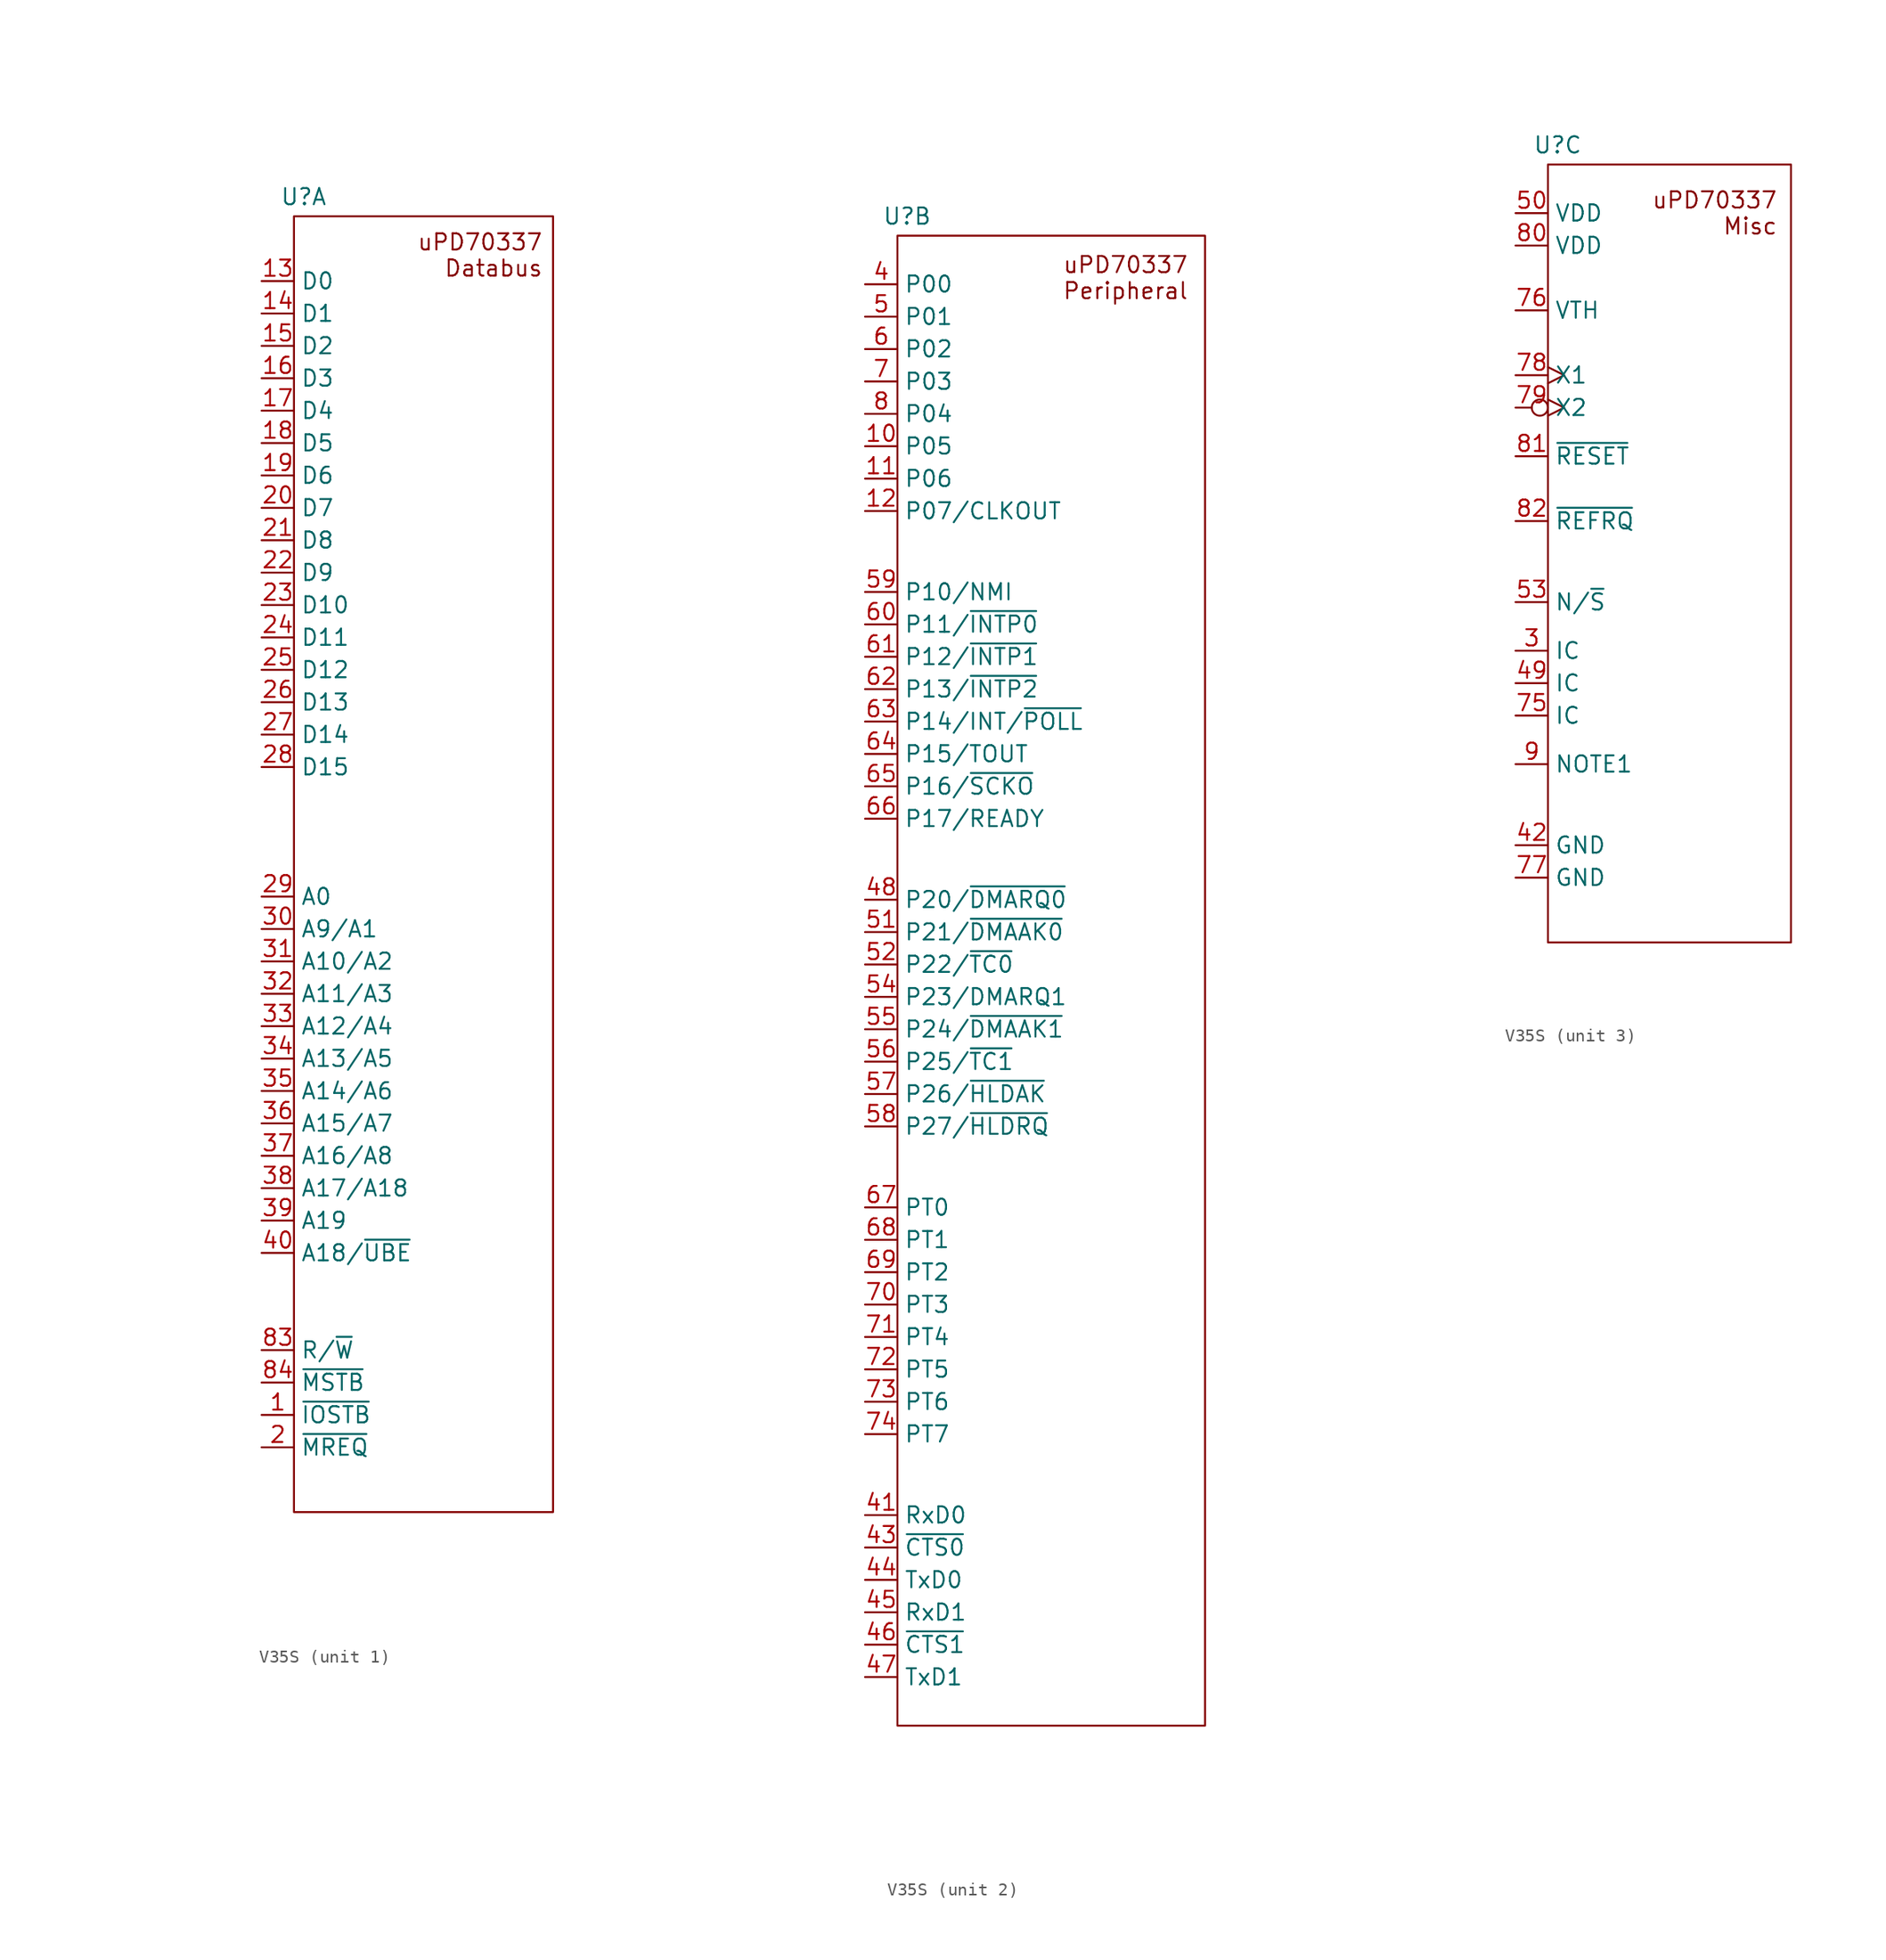
<source format=kicad_sym>
(kicad_symbol_lib
  (version 20231120)
  (generator "kicad_symbol_editor")
  (generator_version "8.0")
  (symbol "V35S"
    (property "Reference" "U"
      (at -11.938 58.674 0)
      (effects (font (size 1.27 1.27))))
    (property "Value" ""
      (at -27.94 26.67 0)
      (effects (font (size 1.27 1.27))))
    (property "ki_locked" ""
      (at 0 0 0)
      (effects (font (size 1.27 1.27))))
    (symbol "V35S_1_0"
      (pin output line (at -15.24 -36.83 0) (length 2.54) (name "~{IOSTB}" (effects (font (size 1.27 1.27)))) (number "1" (effects (font (size 1.27 1.27)))))
      (pin bidirectional line (at -15.24 52.07 0) (length 2.54) (name "D0" (effects (font (size 1.27 1.27)))) (number "13" (effects (font (size 1.27 1.27)))))
      (pin bidirectional line (at -15.24 49.53 0) (length 2.54) (name "D1" (effects (font (size 1.27 1.27)))) (number "14" (effects (font (size 1.27 1.27)))))
      (pin bidirectional line (at -15.24 46.99 0) (length 2.54) (name "D2" (effects (font (size 1.27 1.27)))) (number "15" (effects (font (size 1.27 1.27)))))
      (pin bidirectional line (at -15.24 44.45 0) (length 2.54) (name "D3" (effects (font (size 1.27 1.27)))) (number "16" (effects (font (size 1.27 1.27)))))
      (pin bidirectional line (at -15.24 41.91 0) (length 2.54) (name "D4" (effects (font (size 1.27 1.27)))) (number "17" (effects (font (size 1.27 1.27)))))
      (pin bidirectional line (at -15.24 39.37 0) (length 2.54) (name "D5" (effects (font (size 1.27 1.27)))) (number "18" (effects (font (size 1.27 1.27)))))
      (pin bidirectional line (at -15.24 36.83 0) (length 2.54) (name "D6" (effects (font (size 1.27 1.27)))) (number "19" (effects (font (size 1.27 1.27)))))
      (pin output line (at -15.24 -39.37 0) (length 2.54) (name "~{MREQ}" (effects (font (size 1.27 1.27)))) (number "2" (effects (font (size 1.27 1.27)))))
      (pin bidirectional line (at -15.24 34.29 0) (length 2.54) (name "D7" (effects (font (size 1.27 1.27)))) (number "20" (effects (font (size 1.27 1.27)))))
      (pin bidirectional line (at -15.24 31.75 0) (length 2.54) (name "D8" (effects (font (size 1.27 1.27)))) (number "21" (effects (font (size 1.27 1.27)))))
      (pin bidirectional line (at -15.24 29.21 0) (length 2.54) (name "D9" (effects (font (size 1.27 1.27)))) (number "22" (effects (font (size 1.27 1.27)))))
      (pin bidirectional line (at -15.24 26.67 0) (length 2.54) (name "D10" (effects (font (size 1.27 1.27)))) (number "23" (effects (font (size 1.27 1.27)))))
      (pin bidirectional line (at -15.24 24.13 0) (length 2.54) (name "D11" (effects (font (size 1.27 1.27)))) (number "24" (effects (font (size 1.27 1.27)))))
      (pin bidirectional line (at -15.24 21.59 0) (length 2.54) (name "D12" (effects (font (size 1.27 1.27)))) (number "25" (effects (font (size 1.27 1.27)))))
      (pin bidirectional line (at -15.24 19.05 0) (length 2.54) (name "D13" (effects (font (size 1.27 1.27)))) (number "26" (effects (font (size 1.27 1.27)))))
      (pin bidirectional line (at -15.24 16.51 0) (length 2.54) (name "D14" (effects (font (size 1.27 1.27)))) (number "27" (effects (font (size 1.27 1.27)))))
      (pin bidirectional line (at -15.24 13.97 0) (length 2.54) (name "D15" (effects (font (size 1.27 1.27)))) (number "28" (effects (font (size 1.27 1.27)))))
      (pin output line (at -15.24 3.81 0) (length 2.54) (name "A0" (effects (font (size 1.27 1.27)))) (number "29" (effects (font (size 1.27 1.27)))))
      (pin output line (at -15.24 1.27 0) (length 2.54) (name "A9/A1" (effects (font (size 1.27 1.27)))) (number "30" (effects (font (size 1.27 1.27)))))
      (pin output line (at -15.24 -1.27 0) (length 2.54) (name "A10/A2" (effects (font (size 1.27 1.27)))) (number "31" (effects (font (size 1.27 1.27)))))
      (pin output line (at -15.24 -3.81 0) (length 2.54) (name "A11/A3" (effects (font (size 1.27 1.27)))) (number "32" (effects (font (size 1.27 1.27)))))
      (pin output line (at -15.24 -6.35 0) (length 2.54) (name "A12/A4" (effects (font (size 1.27 1.27)))) (number "33" (effects (font (size 1.27 1.27)))))
      (pin output line (at -15.24 -8.89 0) (length 2.54) (name "A13/A5" (effects (font (size 1.27 1.27)))) (number "34" (effects (font (size 1.27 1.27)))))
      (pin output line (at -15.24 -11.43 0) (length 2.54) (name "A14/A6" (effects (font (size 1.27 1.27)))) (number "35" (effects (font (size 1.27 1.27)))))
      (pin output line (at -15.24 -13.97 0) (length 2.54) (name "A15/A7" (effects (font (size 1.27 1.27)))) (number "36" (effects (font (size 1.27 1.27)))))
      (pin output line (at -15.24 -16.51 0) (length 2.54) (name "A16/A8" (effects (font (size 1.27 1.27)))) (number "37" (effects (font (size 1.27 1.27)))))
      (pin output line (at -15.24 -19.05 0) (length 2.54) (name "A17/A18" (effects (font (size 1.27 1.27)))) (number "38" (effects (font (size 1.27 1.27)))))
      (pin output line (at -15.24 -21.59 0) (length 2.54) (name "A19" (effects (font (size 1.27 1.27)))) (number "39" (effects (font (size 1.27 1.27)))))
      (pin output line (at -15.24 -24.13 0) (length 2.54) (name "A18/~{UBE}" (effects (font (size 1.27 1.27)))) (number "40" (effects (font (size 1.27 1.27)))))
      (pin output line (at -15.24 -31.75 0) (length 2.54) (name "R/~{W}" (effects (font (size 1.27 1.27)))) (number "83" (effects (font (size 1.27 1.27)))))
      (pin output line (at -15.24 -34.29 0) (length 2.54) (name "~{MSTB}" (effects (font (size 1.27 1.27)))) (number "84" (effects (font (size 1.27 1.27))))))
    (symbol "V35S_1_1"
      (rectangle (start -12.7 57.15) (end 7.62 -44.45) (stroke (width 0) (type default)) (fill (type none)))
      (text "uPD70337\nDatabus" (at 6.858 54.102 0) (effects (font (size 1.27 1.27)) (justify right))))
    (symbol "V35S_2_0"
      (pin bidirectional line (at -15.24 40.64 0) (length 2.54) (name "P05" (effects (font (size 1.27 1.27)))) (number "10" (effects (font (size 1.27 1.27)))))
      (pin bidirectional line (at -15.24 38.1 0) (length 2.54) (name "P06" (effects (font (size 1.27 1.27)))) (number "11" (effects (font (size 1.27 1.27)))))
      (pin bidirectional line (at -15.24 35.56 0) (length 2.54) (name "P07/CLKOUT" (effects (font (size 1.27 1.27)))) (number "12" (effects (font (size 1.27 1.27)))))
      (pin bidirectional line (at -15.24 53.34 0) (length 2.54) (name "P00" (effects (font (size 1.27 1.27)))) (number "4" (effects (font (size 1.27 1.27)))))
      (pin input line (at -15.24 -43.18 0) (length 2.54) (name "RxD0" (effects (font (size 1.27 1.27)))) (number "41" (effects (font (size 1.27 1.27)))))
      (pin input line (at -15.24 -45.72 0) (length 2.54) (name "~{CTS0}" (effects (font (size 1.27 1.27)))) (number "43" (effects (font (size 1.27 1.27)))))
      (pin output line (at -15.24 -48.26 0) (length 2.54) (name "TxD0" (effects (font (size 1.27 1.27)))) (number "44" (effects (font (size 1.27 1.27)))))
      (pin input line (at -15.24 -50.8 0) (length 2.54) (name "RxD1" (effects (font (size 1.27 1.27)))) (number "45" (effects (font (size 1.27 1.27)))))
      (pin input line (at -15.24 -53.34 0) (length 2.54) (name "~{CTS1}" (effects (font (size 1.27 1.27)))) (number "46" (effects (font (size 1.27 1.27)))))
      (pin output line (at -15.24 -55.88 0) (length 2.54) (name "TxD1" (effects (font (size 1.27 1.27)))) (number "47" (effects (font (size 1.27 1.27)))))
      (pin bidirectional line (at -15.24 5.08 0) (length 2.54) (name "P20/~{DMARQ0}" (effects (font (size 1.27 1.27)))) (number "48" (effects (font (size 1.27 1.27)))))
      (pin bidirectional line (at -15.24 50.8 0) (length 2.54) (name "P01" (effects (font (size 1.27 1.27)))) (number "5" (effects (font (size 1.27 1.27)))))
      (pin bidirectional line (at -15.24 2.54 0) (length 2.54) (name "P21/~{DMAAK0}" (effects (font (size 1.27 1.27)))) (number "51" (effects (font (size 1.27 1.27)))))
      (pin bidirectional line (at -15.24 0 0) (length 2.54) (name "P22/~{TC0}" (effects (font (size 1.27 1.27)))) (number "52" (effects (font (size 1.27 1.27)))))
      (pin bidirectional line (at -15.24 -2.54 0) (length 2.54) (name "P23/DMARQ1" (effects (font (size 1.27 1.27)))) (number "54" (effects (font (size 1.27 1.27)))))
      (pin bidirectional line (at -15.24 -5.08 0) (length 2.54) (name "P24/~{DMAAK1}" (effects (font (size 1.27 1.27)))) (number "55" (effects (font (size 1.27 1.27)))))
      (pin bidirectional line (at -15.24 -7.62 0) (length 2.54) (name "P25/~{TC1}" (effects (font (size 1.27 1.27)))) (number "56" (effects (font (size 1.27 1.27)))))
      (pin bidirectional line (at -15.24 -10.16 0) (length 2.54) (name "P26/~{HLDAK}" (effects (font (size 1.27 1.27)))) (number "57" (effects (font (size 1.27 1.27)))))
      (pin bidirectional line (at -15.24 -12.7 0) (length 2.54) (name "P27/~{HLDRQ}" (effects (font (size 1.27 1.27)))) (number "58" (effects (font (size 1.27 1.27)))))
      (pin bidirectional line (at -15.24 29.21 0) (length 2.54) (name "P10/NMI" (effects (font (size 1.27 1.27)))) (number "59" (effects (font (size 1.27 1.27)))))
      (pin bidirectional line (at -15.24 48.26 0) (length 2.54) (name "P02" (effects (font (size 1.27 1.27)))) (number "6" (effects (font (size 1.27 1.27)))))
      (pin bidirectional line (at -15.24 26.67 0) (length 2.54) (name "P11/~{INTP0}" (effects (font (size 1.27 1.27)))) (number "60" (effects (font (size 1.27 1.27)))))
      (pin bidirectional line (at -15.24 24.13 0) (length 2.54) (name "P12/~{INTP1}" (effects (font (size 1.27 1.27)))) (number "61" (effects (font (size 1.27 1.27)))))
      (pin bidirectional line (at -15.24 21.59 0) (length 2.54) (name "P13/~{INTP2}" (effects (font (size 1.27 1.27)))) (number "62" (effects (font (size 1.27 1.27)))))
      (pin bidirectional line (at -15.24 19.05 0) (length 2.54) (name "P14/INT/~{POLL}" (effects (font (size 1.27 1.27)))) (number "63" (effects (font (size 1.27 1.27)))))
      (pin bidirectional line (at -15.24 16.51 0) (length 2.54) (name "P15/TOUT" (effects (font (size 1.27 1.27)))) (number "64" (effects (font (size 1.27 1.27)))))
      (pin bidirectional line (at -15.24 13.97 0) (length 2.54) (name "P16/~{SCKO}" (effects (font (size 1.27 1.27)))) (number "65" (effects (font (size 1.27 1.27)))))
      (pin bidirectional line (at -15.24 11.43 0) (length 2.54) (name "P17/READY" (effects (font (size 1.27 1.27)))) (number "66" (effects (font (size 1.27 1.27)))))
      (pin input line (at -15.24 -19.05 0) (length 2.54) (name "PT0" (effects (font (size 1.27 1.27)))) (number "67" (effects (font (size 1.27 1.27)))))
      (pin input line (at -15.24 -21.59 0) (length 2.54) (name "PT1" (effects (font (size 1.27 1.27)))) (number "68" (effects (font (size 1.27 1.27)))))
      (pin input line (at -15.24 -24.13 0) (length 2.54) (name "PT2" (effects (font (size 1.27 1.27)))) (number "69" (effects (font (size 1.27 1.27)))))
      (pin bidirectional line (at -15.24 45.72 0) (length 2.54) (name "P03" (effects (font (size 1.27 1.27)))) (number "7" (effects (font (size 1.27 1.27)))))
      (pin input line (at -15.24 -26.67 0) (length 2.54) (name "PT3" (effects (font (size 1.27 1.27)))) (number "70" (effects (font (size 1.27 1.27)))))
      (pin input line (at -15.24 -29.21 0) (length 2.54) (name "PT4" (effects (font (size 1.27 1.27)))) (number "71" (effects (font (size 1.27 1.27)))))
      (pin input line (at -15.24 -31.75 0) (length 2.54) (name "PT5" (effects (font (size 1.27 1.27)))) (number "72" (effects (font (size 1.27 1.27)))))
      (pin input line (at -15.24 -34.29 0) (length 2.54) (name "PT6" (effects (font (size 1.27 1.27)))) (number "73" (effects (font (size 1.27 1.27)))))
      (pin input line (at -15.24 -36.83 0) (length 2.54) (name "PT7" (effects (font (size 1.27 1.27)))) (number "74" (effects (font (size 1.27 1.27)))))
      (pin bidirectional line (at -15.24 43.18 0) (length 2.54) (name "P04" (effects (font (size 1.27 1.27)))) (number "8" (effects (font (size 1.27 1.27))))))
    (symbol "V35S_2_1"
      (rectangle (start -12.7 57.15) (end 11.43 -59.69) (stroke (width 0) (type default)) (fill (type none)))
      (text "uPD70337\nPeripheral" (at 10.16 53.848 0) (effects (font (size 1.27 1.27)) (justify right))))
    (symbol "V35S_3_0"
      (pin passive line (at -15.24 19.05 0) (length 2.54) (name "IC" (effects (font (size 1.27 1.27)))) (number "3" (effects (font (size 1.27 1.27)))))
      (pin power_in line (at -15.24 3.81 0) (length 2.54) (name "GND" (effects (font (size 1.27 1.27)))) (number "42" (effects (font (size 1.27 1.27)))))
      (pin passive line (at -15.24 16.51 0) (length 2.54) (name "IC" (effects (font (size 1.27 1.27)))) (number "49" (effects (font (size 1.27 1.27)))))
      (pin power_in line (at -15.24 53.34 0) (length 2.54) (name "VDD" (effects (font (size 1.27 1.27)))) (number "50" (effects (font (size 1.27 1.27)))))
      (pin input line (at -15.24 22.86 0) (length 2.54) (name "N/~{S}" (effects (font (size 1.27 1.27)))) (number "53" (effects (font (size 1.27 1.27)))))
      (pin passive line (at -15.24 13.97 0) (length 2.54) (name "IC" (effects (font (size 1.27 1.27)))) (number "75" (effects (font (size 1.27 1.27)))))
      (pin input line (at -15.24 45.72 0) (length 2.54) (name "VTH" (effects (font (size 1.27 1.27)))) (number "76" (effects (font (size 1.27 1.27)))))
      (pin power_in line (at -15.24 1.27 0) (length 2.54) (name "GND" (effects (font (size 1.27 1.27)))) (number "77" (effects (font (size 1.27 1.27)))))
      (pin input clock (at -15.24 40.64 0) (length 2.54) (name "X1" (effects (font (size 1.27 1.27)))) (number "78" (effects (font (size 1.27 1.27)))))
      (pin input inverted_clock (at -15.24 38.1 0) (length 2.54) (name "X2" (effects (font (size 1.27 1.27)))) (number "79" (effects (font (size 1.27 1.27)))))
      (pin power_in line (at -15.24 50.8 0) (length 2.54) (name "VDD" (effects (font (size 1.27 1.27)))) (number "80" (effects (font (size 1.27 1.27)))))
      (pin input line (at -15.24 34.29 0) (length 2.54) (name "~{RESET}" (effects (font (size 1.27 1.27)))) (number "81" (effects (font (size 1.27 1.27)))))
      (pin output line (at -15.24 29.21 0) (length 2.54) (name "~{REFRQ}" (effects (font (size 1.27 1.27)))) (number "82" (effects (font (size 1.27 1.27)))))
      (pin passive line (at -15.24 10.16 0) (length 2.54) (name "NOTE1" (effects (font (size 1.27 1.27)))) (number "9" (effects (font (size 1.27 1.27))))))
    (symbol "V35S_3_1"
      (rectangle (start -12.7 57.15) (end 6.35 -3.81) (stroke (width 0) (type default)) (fill (type none)))
      (text "uPD70337\nMisc" (at 5.334 53.34 0) (effects (font (size 1.27 1.27)) (justify right))))))
</source>
